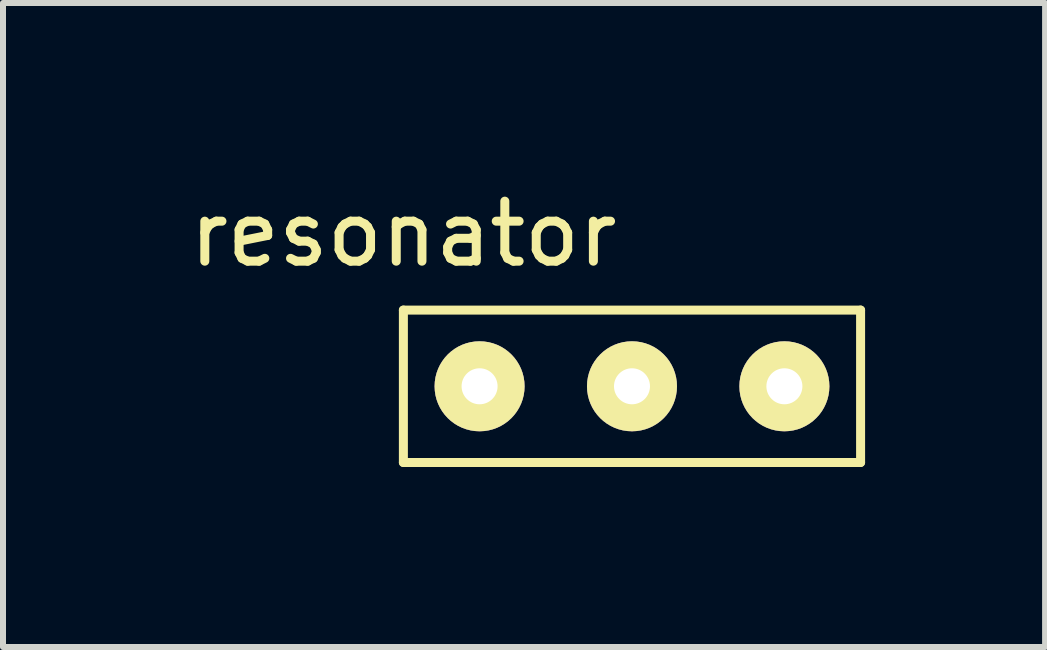
<source format=kicad_pcb>
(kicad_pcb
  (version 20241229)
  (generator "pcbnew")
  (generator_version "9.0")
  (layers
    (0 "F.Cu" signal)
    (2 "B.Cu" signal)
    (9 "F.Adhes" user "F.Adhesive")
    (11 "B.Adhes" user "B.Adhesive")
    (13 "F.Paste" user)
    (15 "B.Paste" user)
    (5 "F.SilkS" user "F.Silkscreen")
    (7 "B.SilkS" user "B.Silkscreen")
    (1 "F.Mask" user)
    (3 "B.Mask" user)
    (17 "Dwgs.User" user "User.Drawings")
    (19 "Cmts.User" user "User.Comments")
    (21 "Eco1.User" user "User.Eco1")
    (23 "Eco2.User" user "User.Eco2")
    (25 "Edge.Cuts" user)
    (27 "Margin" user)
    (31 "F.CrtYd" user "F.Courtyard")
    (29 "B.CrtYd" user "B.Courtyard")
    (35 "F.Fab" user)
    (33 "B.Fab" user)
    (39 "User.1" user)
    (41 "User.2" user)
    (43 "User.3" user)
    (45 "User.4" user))
  (footprint "resonator"
    (layer "F.Cu")
    (at 4.943 3.388)
    (property "Reference" "resonator" (at -1.27 -2.54 0) (layer "F.SilkS") (effects (font (size 1 1) (thickness 0.15))))
    (attr through_hole)
    (fp_line (start -1.27 -1.27) (end 6.35 -1.27) (stroke (width 0.15) (type solid)) (layer "F.SilkS"))
    (fp_line (start -1.27 1.27) (end -1.27 -1.27) (stroke (width 0.15) (type solid)) (layer "F.SilkS"))
    (fp_line (start 6.35 -1.27) (end 6.35 1.27) (stroke (width 0.15) (type solid)) (layer "F.SilkS"))
    (fp_line (start 6.35 1.27) (end -1.27 1.27) (stroke (width 0.15) (type solid)) (layer "F.SilkS"))
    (pad "1" thru_hole circle (at 0 0) (size 1.5 1.5) (drill 0.6) (layers "*.Cu" "*.Mask" "F.SilkS"))
    (pad "2" thru_hole circle (at 2.54 0) (size 1.5 1.5) (drill 0.6) (layers "*.Cu" "*.Mask" "F.SilkS"))
    (pad "3" thru_hole circle (at 5.08 0) (size 1.5 1.5) (drill 0.6) (layers "*.Cu" "*.Mask" "F.SilkS")))
  (gr_rect
    (start -3 -3)
    (end 14.368 7.733)
    (stroke (width 0.1) (type default))
    (fill no)
    (layer "Edge.Cuts")))
</source>
